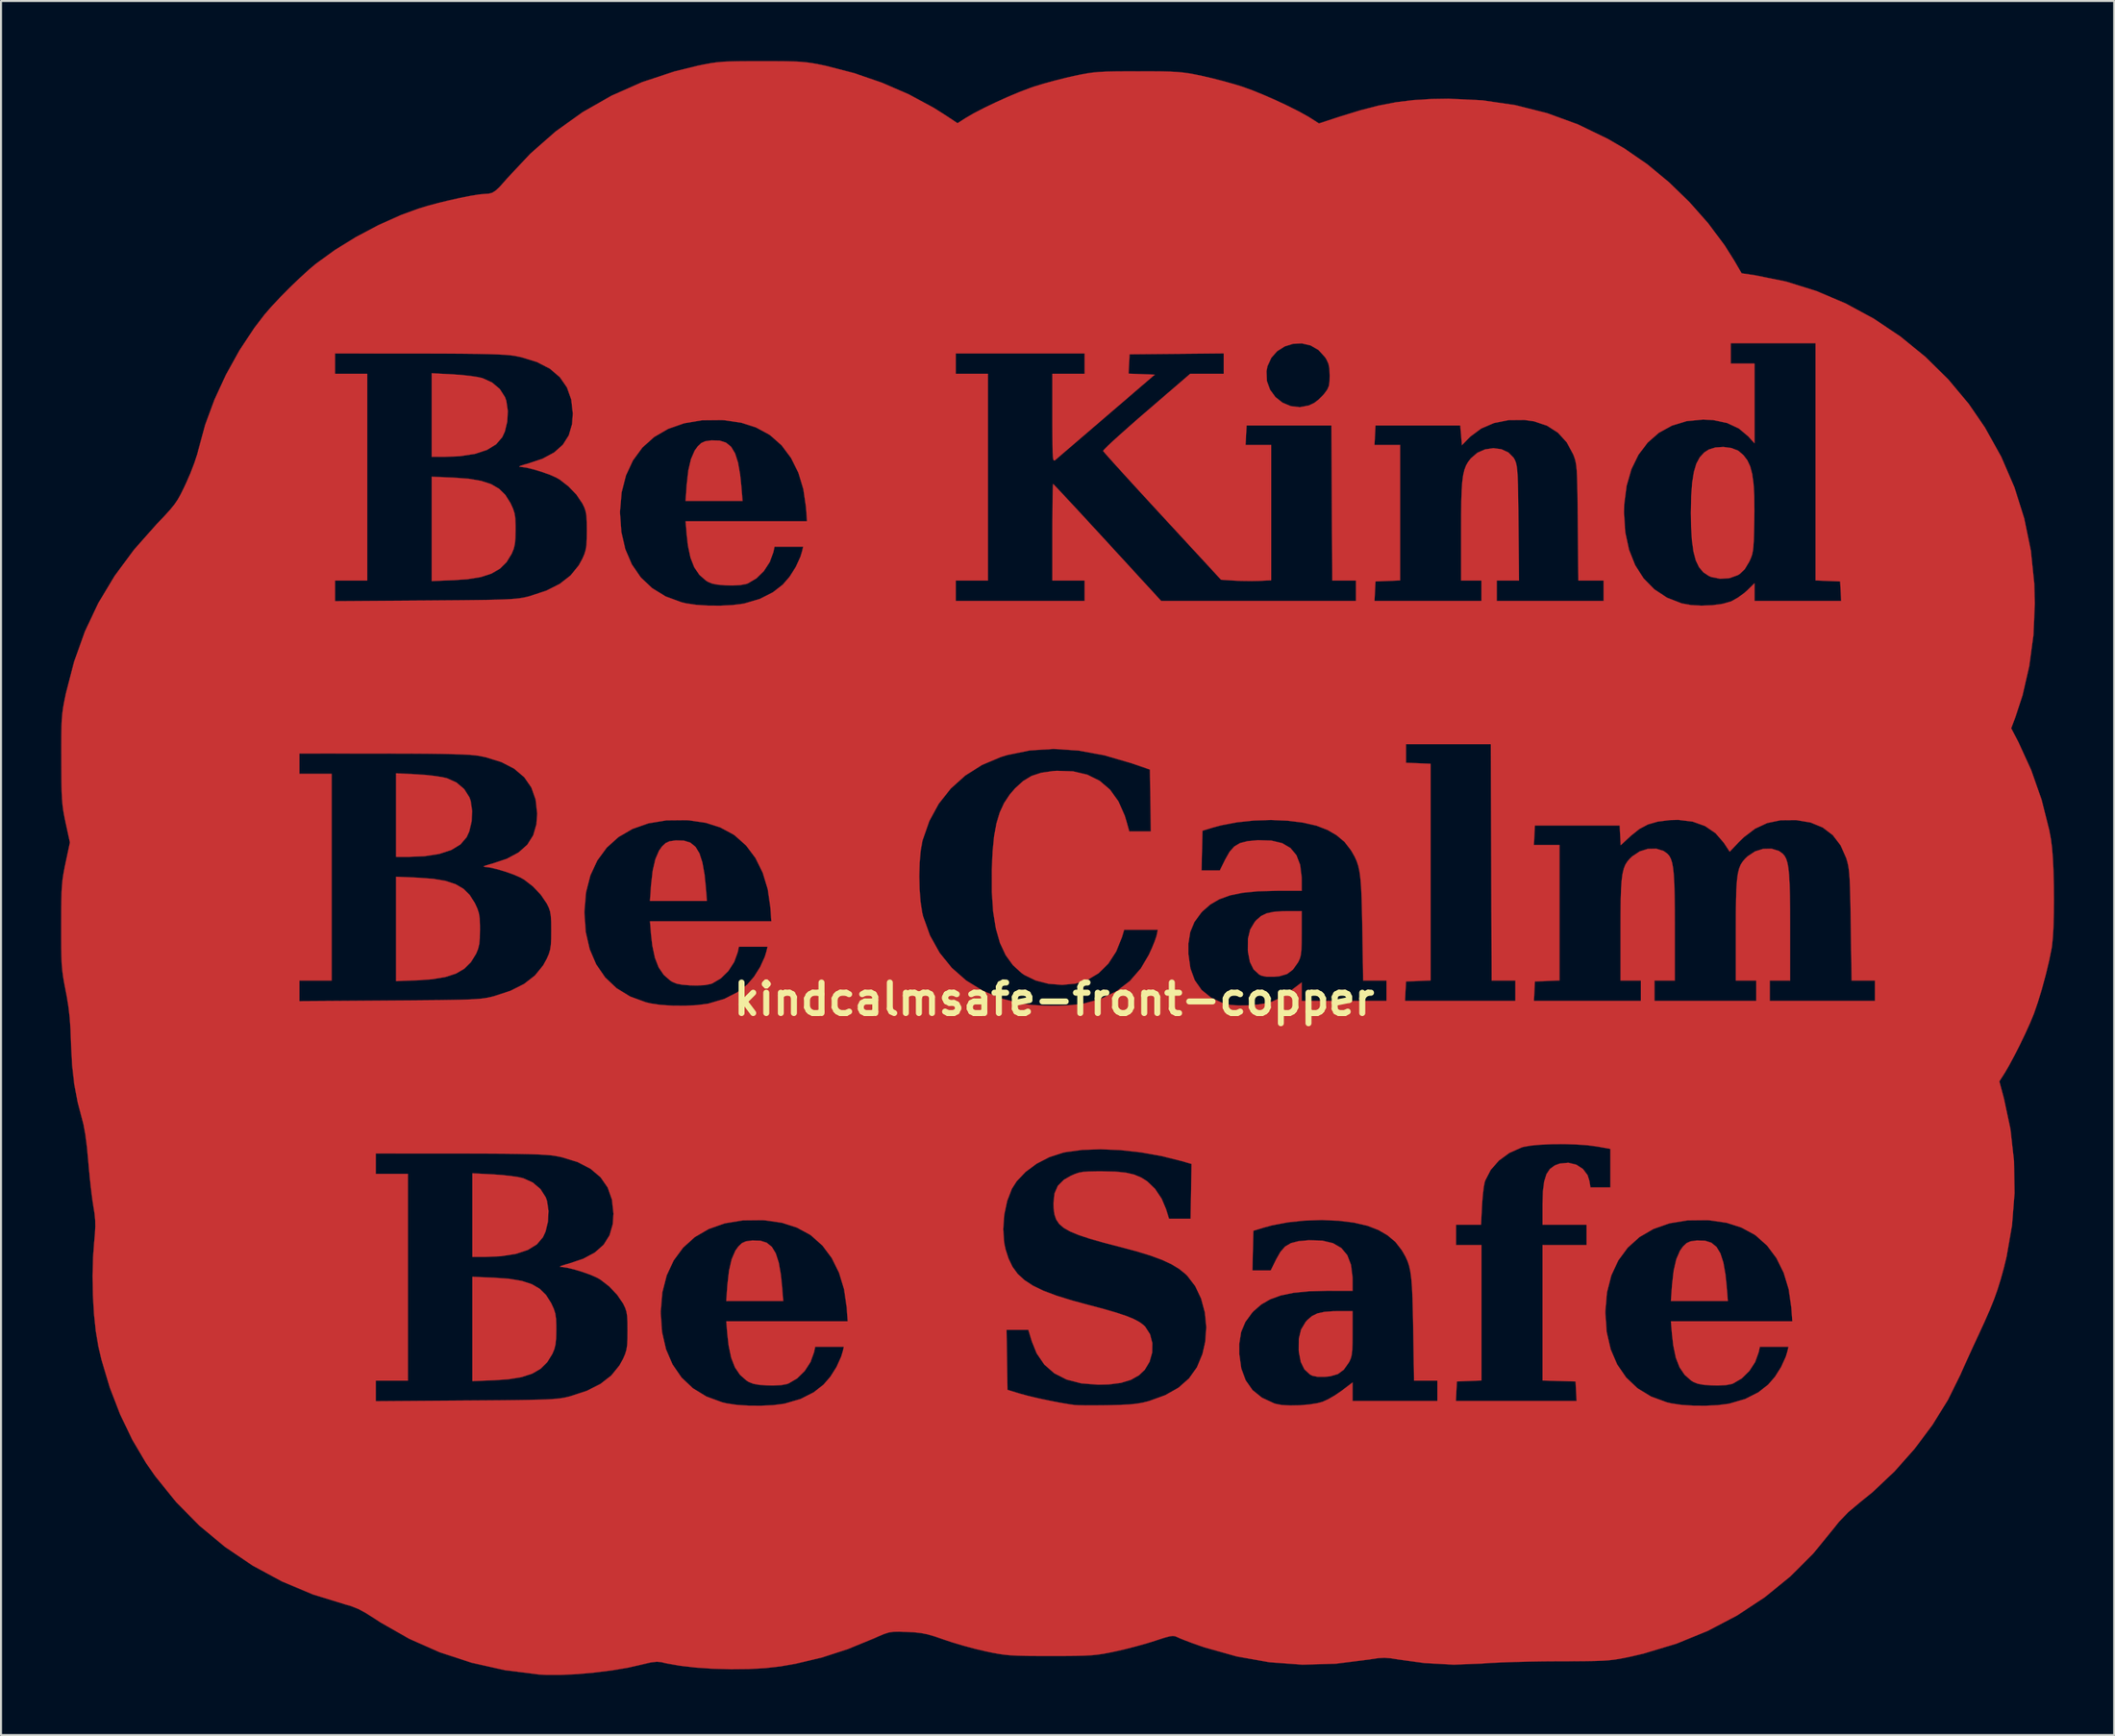
<source format=kicad_pcb>
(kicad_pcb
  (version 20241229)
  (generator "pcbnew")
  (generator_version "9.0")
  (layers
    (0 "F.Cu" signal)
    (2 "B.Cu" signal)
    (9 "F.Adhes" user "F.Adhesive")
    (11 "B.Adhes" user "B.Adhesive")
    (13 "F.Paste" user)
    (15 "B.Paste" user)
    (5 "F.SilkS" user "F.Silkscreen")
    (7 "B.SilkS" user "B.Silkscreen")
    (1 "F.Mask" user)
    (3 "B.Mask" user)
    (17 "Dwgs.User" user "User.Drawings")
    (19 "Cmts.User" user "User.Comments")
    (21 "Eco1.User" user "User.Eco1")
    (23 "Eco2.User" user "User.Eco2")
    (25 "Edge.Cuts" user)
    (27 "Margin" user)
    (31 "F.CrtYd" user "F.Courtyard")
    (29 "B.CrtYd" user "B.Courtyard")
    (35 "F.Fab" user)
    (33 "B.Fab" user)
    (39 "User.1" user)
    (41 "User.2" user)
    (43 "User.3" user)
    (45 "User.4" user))
  (footprint "kindcalmsafe-front-copper"
    (layer "F.Cu")
    (at 49.574 46.862)
    (property "Reference" "kindcalmsafe-front-copper" (at 0 0 0) (layer "F.SilkS") (effects (font (size 1.524 1.524) (thickness 0.3))))
    (attr through_hole)
    (fp_poly (pts (xy -18.477 -7.922) (xy -18.156 -7.82) (xy -17.901 -7.612) (xy -17.705 -7.286) (xy -17.558 -6.829) (xy -17.452 -6.228) (xy -17.393 -5.652) (xy -17.333 -4.911) (xy -20.176 -4.911) (xy -20.12 -5.702) (xy -20.039 -6.424) (xy -19.907 -6.994) (xy -19.721 -7.425) (xy -19.568 -7.637) (xy -19.392 -7.801) (xy -19.199 -7.889) (xy -18.916 -7.93) (xy -18.874 -7.933) (xy -18.477 -7.922)) (stroke (width 0.01) (type solid)) (fill yes) (layer "F.Cu"))
    (fp_poly (pts (xy -16.699 -27.904) (xy -16.378 -27.801) (xy -16.123 -27.593) (xy -15.927 -27.267) (xy -15.78 -26.81) (xy -15.674 -26.209) (xy -15.615 -25.633) (xy -15.555 -24.892) (xy -18.398 -24.892) (xy -18.342 -25.684) (xy -18.261 -26.405) (xy -18.129 -26.975) (xy -17.943 -27.406) (xy -17.79 -27.618) (xy -17.614 -27.782) (xy -17.421 -27.87) (xy -17.138 -27.911) (xy -17.096 -27.914) (xy -16.699 -27.904)) (stroke (width 0.01) (type solid)) (fill yes) (layer "F.Cu"))
    (fp_poly (pts (xy -14.667 12.059) (xy -14.346 12.161) (xy -14.091 12.369) (xy -13.895 12.695) (xy -13.748 13.152) (xy -13.642 13.754) (xy -13.583 14.33) (xy -13.523 15.071) (xy -16.366 15.071) (xy -16.31 14.279) (xy -16.229 13.558) (xy -16.097 12.987) (xy -15.911 12.557) (xy -15.758 12.345) (xy -15.582 12.18) (xy -15.389 12.093) (xy -15.106 12.052) (xy -15.064 12.048) (xy -14.667 12.059)) (stroke (width 0.01) (type solid)) (fill yes) (layer "F.Cu"))
    (fp_poly (pts (xy 32.492 12.059) (xy 32.813 12.161) (xy 33.068 12.369) (xy 33.264 12.695) (xy 33.411 13.152) (xy 33.517 13.754) (xy 33.576 14.33) (xy 33.636 15.071) (xy 30.794 15.071) (xy 30.849 14.279) (xy 30.93 13.558) (xy 31.062 12.987) (xy 31.248 12.557) (xy 31.401 12.345) (xy 31.577 12.18) (xy 31.771 12.093) (xy 32.054 12.052) (xy 32.096 12.048) (xy 32.492 12.059)) (stroke (width 0.01) (type solid)) (fill yes) (layer "F.Cu"))
    (fp_poly (pts (xy -31.814 -11.234) (xy -31.358 -11.201) (xy -30.915 -11.152) (xy -30.54 -11.094) (xy -30.313 -11.042) (xy -29.835 -10.825) (xy -29.451 -10.499) (xy -29.19 -10.091) (xy -29.124 -9.903) (xy -29.052 -9.406) (xy -29.079 -8.876) (xy -29.197 -8.38) (xy -29.327 -8.095) (xy -29.635 -7.736) (xy -30.09 -7.458) (xy -30.69 -7.261) (xy -31.431 -7.145) (xy -32.194 -7.113) (xy -32.851 -7.112) (xy -32.851 -11.287) (xy -31.814 -11.234)) (stroke (width 0.01) (type solid)) (fill yes) (layer "F.Cu"))
    (fp_poly (pts (xy -30.035 -31.215) (xy -29.58 -31.182) (xy -29.137 -31.133) (xy -28.762 -31.075) (xy -28.535 -31.024) (xy -28.057 -30.806) (xy -27.673 -30.48) (xy -27.412 -30.072) (xy -27.346 -29.884) (xy -27.274 -29.388) (xy -27.301 -28.857) (xy -27.419 -28.361) (xy -27.549 -28.077) (xy -27.857 -27.718) (xy -28.312 -27.439) (xy -28.912 -27.242) (xy -29.653 -27.127) (xy -30.416 -27.094) (xy -31.073 -27.093) (xy -31.073 -31.268) (xy -30.035 -31.215)) (stroke (width 0.01) (type solid)) (fill yes) (layer "F.Cu"))
    (fp_poly (pts (xy -28.003 8.748) (xy -27.548 8.781) (xy -27.105 8.83) (xy -26.73 8.887) (xy -26.503 8.939) (xy -26.025 9.156) (xy -25.641 9.483) (xy -25.38 9.89) (xy -25.314 10.078) (xy -25.242 10.575) (xy -25.269 11.106) (xy -25.387 11.601) (xy -25.517 11.886) (xy -25.825 12.245) (xy -26.28 12.524) (xy -26.88 12.721) (xy -27.621 12.836) (xy -28.384 12.869) (xy -29.041 12.869) (xy -29.041 8.695) (xy -28.003 8.748)) (stroke (width 0.01) (type solid)) (fill yes) (layer "F.Cu"))
    (fp_poly (pts (xy -31.771 -6.073) (xy -31.004 -6.017) (xy -30.381 -5.911) (xy -29.882 -5.747) (xy -29.487 -5.516) (xy -29.174 -5.208) (xy -28.925 -4.815) (xy -28.902 -4.769) (xy -28.785 -4.511) (xy -28.713 -4.284) (xy -28.676 -4.031) (xy -28.663 -3.695) (xy -28.662 -3.471) (xy -28.671 -3.05) (xy -28.701 -2.744) (xy -28.761 -2.501) (xy -28.858 -2.269) (xy -29.114 -1.853) (xy -29.443 -1.527) (xy -29.864 -1.281) (xy -30.394 -1.109) (xy -31.053 -1) (xy -31.729 -0.952) (xy -32.851 -0.907) (xy -32.851 -6.118) (xy -31.771 -6.073)) (stroke (width 0.01) (type solid)) (fill yes) (layer "F.Cu"))
    (fp_poly (pts (xy -29.993 -26.055) (xy -29.226 -25.998) (xy -28.603 -25.892) (xy -28.104 -25.729) (xy -27.709 -25.497) (xy -27.396 -25.19) (xy -27.147 -24.796) (xy -27.124 -24.75) (xy -27.007 -24.492) (xy -26.935 -24.266) (xy -26.898 -24.012) (xy -26.885 -23.676) (xy -26.884 -23.453) (xy -26.893 -23.031) (xy -26.923 -22.726) (xy -26.983 -22.483) (xy -27.08 -22.25) (xy -27.336 -21.834) (xy -27.665 -21.508) (xy -28.086 -21.263) (xy -28.616 -21.09) (xy -29.275 -20.982) (xy -29.951 -20.934) (xy -31.073 -20.889) (xy -31.073 -26.1) (xy -29.993 -26.055)) (stroke (width 0.01) (type solid)) (fill yes) (layer "F.Cu"))
    (fp_poly (pts (xy -27.961 13.908) (xy -27.194 13.965) (xy -26.571 14.07) (xy -26.072 14.234) (xy -25.677 14.465) (xy -25.364 14.773) (xy -25.115 15.167) (xy -25.092 15.213) (xy -24.975 15.47) (xy -24.903 15.697) (xy -24.866 15.95) (xy -24.853 16.286) (xy -24.852 16.51) (xy -24.861 16.931) (xy -24.891 17.237) (xy -24.951 17.48) (xy -25.048 17.713) (xy -25.304 18.129) (xy -25.633 18.455) (xy -26.054 18.7) (xy -26.584 18.873) (xy -27.243 18.981) (xy -27.919 19.029) (xy -29.041 19.074) (xy -29.041 13.863) (xy -27.961 13.908)) (stroke (width 0.01) (type solid)) (fill yes) (layer "F.Cu"))
    (fp_poly (pts (xy 12.36 -3.281) (xy 12.357 -2.811) (xy 12.345 -2.475) (xy 12.32 -2.236) (xy 12.277 -2.058) (xy 12.212 -1.906) (xy 12.169 -1.828) (xy 11.92 -1.478) (xy 11.628 -1.26) (xy 11.249 -1.149) (xy 10.985 -1.123) (xy 10.616 -1.123) (xy 10.361 -1.175) (xy 10.234 -1.238) (xy 9.956 -1.497) (xy 9.775 -1.865) (xy 9.68 -2.361) (xy 9.672 -2.456) (xy 9.677 -3.021) (xy 9.788 -3.478) (xy 10.015 -3.86) (xy 10.103 -3.959) (xy 10.333 -4.157) (xy 10.606 -4.289) (xy 10.957 -4.366) (xy 11.424 -4.399) (xy 11.663 -4.402) (xy 12.361 -4.403) (xy 12.36 -3.281)) (stroke (width 0.01) (type solid)) (fill yes) (layer "F.Cu"))
    (fp_poly (pts (xy 14.9 16.701) (xy 14.897 17.17) (xy 14.885 17.506) (xy 14.86 17.745) (xy 14.817 17.923) (xy 14.752 18.076) (xy 14.709 18.153) (xy 14.46 18.503) (xy 14.168 18.721) (xy 13.789 18.832) (xy 13.525 18.858) (xy 13.156 18.858) (xy 12.901 18.806) (xy 12.774 18.743) (xy 12.496 18.484) (xy 12.315 18.116) (xy 12.22 17.62) (xy 12.212 17.525) (xy 12.217 16.96) (xy 12.328 16.503) (xy 12.555 16.122) (xy 12.643 16.022) (xy 12.873 15.825) (xy 13.146 15.692) (xy 13.497 15.615) (xy 13.964 15.582) (xy 14.203 15.579) (xy 14.901 15.579) (xy 14.9 16.701)) (stroke (width 0.01) (type solid)) (fill yes) (layer "F.Cu"))
    (fp_poly (pts (xy 33.812 -27.534) (xy 34.134 -27.41) (xy 34.185 -27.376) (xy 34.421 -27.169) (xy 34.608 -26.922) (xy 34.751 -26.615) (xy 34.853 -26.23) (xy 34.919 -25.746) (xy 34.954 -25.144) (xy 34.961 -24.405) (xy 34.955 -23.918) (xy 34.944 -23.355) (xy 34.931 -22.931) (xy 34.912 -22.618) (xy 34.885 -22.386) (xy 34.846 -22.205) (xy 34.79 -22.047) (xy 34.715 -21.881) (xy 34.694 -21.84) (xy 34.482 -21.485) (xy 34.239 -21.25) (xy 34.132 -21.183) (xy 33.715 -21.034) (xy 33.25 -21.004) (xy 32.807 -21.092) (xy 32.683 -21.146) (xy 32.414 -21.326) (xy 32.2 -21.577) (xy 32.037 -21.916) (xy 31.919 -22.36) (xy 31.842 -22.925) (xy 31.802 -23.627) (xy 31.792 -24.299) (xy 31.807 -25.121) (xy 31.854 -25.793) (xy 31.938 -26.331) (xy 32.064 -26.753) (xy 32.237 -27.075) (xy 32.46 -27.314) (xy 32.683 -27.458) (xy 33.018 -27.562) (xy 33.417 -27.586) (xy 33.812 -27.534)) (stroke (width 0.01) (type solid)) (fill yes) (layer "F.Cu"))
    (fp_poly (pts (xy -13.935 -46.856) (xy -13.404 -46.852) (xy -12.98 -46.841) (xy -12.632 -46.822) (xy -12.331 -46.793) (xy -12.043 -46.752) (xy -11.74 -46.696) (xy -11.418 -46.629) (xy -9.99 -46.261) (xy -8.59 -45.78) (xy -7.257 -45.201) (xy -6.028 -44.539) (xy -5.553 -44.241) (xy -4.821 -43.758) (xy -4.421 -44.014) (xy -4.023 -44.247) (xy -3.508 -44.515) (xy -2.922 -44.797) (xy -2.308 -45.074) (xy -1.71 -45.324) (xy -1.173 -45.528) (xy -0.986 -45.592) (xy -0.512 -45.736) (xy 0.05 -45.89) (xy 0.62 -46.033) (xy 1.004 -46.121) (xy 1.35 -46.192) (xy 1.651 -46.247) (xy 1.938 -46.288) (xy 2.243 -46.316) (xy 2.595 -46.334) (xy 3.026 -46.344) (xy 3.567 -46.348) (xy 4.191 -46.349) (xy 4.861 -46.348) (xy 5.392 -46.344) (xy 5.816 -46.333) (xy 6.164 -46.314) (xy 6.465 -46.285) (xy 6.753 -46.244) (xy 7.056 -46.188) (xy 7.378 -46.121) (xy 7.902 -46) (xy 8.477 -45.852) (xy 9.024 -45.698) (xy 9.368 -45.592) (xy 9.874 -45.41) (xy 10.458 -45.173) (xy 11.076 -44.902) (xy 11.682 -44.617) (xy 12.233 -44.339) (xy 12.684 -44.088) (xy 12.813 -44.008) (xy 13.222 -43.746) (xy 14.294 -44.097) (xy 15.301 -44.406) (xy 16.211 -44.64) (xy 17.073 -44.806) (xy 17.939 -44.912) (xy 18.858 -44.968) (xy 19.685 -44.981) (xy 21.381 -44.901) (xy 23.023 -44.661) (xy 24.613 -44.26) (xy 26.155 -43.697) (xy 27.652 -42.971) (xy 28.482 -42.487) (xy 29.598 -41.718) (xy 30.685 -40.82) (xy 31.713 -39.823) (xy 32.653 -38.76) (xy 33.474 -37.659) (xy 33.949 -36.906) (xy 34.324 -36.261) (xy 35.006 -36.16) (xy 36.544 -35.848) (xy 38.052 -35.377) (xy 39.516 -34.756) (xy 40.92 -33.995) (xy 42.251 -33.103) (xy 43.494 -32.091) (xy 44.635 -30.967) (xy 45.66 -29.741) (xy 46.466 -28.566) (xy 47.285 -27.094) (xy 47.94 -25.578) (xy 48.432 -24.015) (xy 48.764 -22.403) (xy 48.934 -20.738) (xy 48.96 -19.77) (xy 48.891 -18.187) (xy 48.685 -16.651) (xy 48.348 -15.185) (xy 47.983 -14.07) (xy 47.782 -13.536) (xy 48.141 -12.843) (xy 48.78 -11.447) (xy 49.299 -9.966) (xy 49.68 -8.45) (xy 49.764 -8.003) (xy 49.818 -7.581) (xy 49.861 -7.034) (xy 49.891 -6.395) (xy 49.91 -5.701) (xy 49.916 -4.987) (xy 49.91 -4.288) (xy 49.892 -3.641) (xy 49.86 -3.081) (xy 49.815 -2.643) (xy 49.799 -2.54) (xy 49.673 -1.919) (xy 49.506 -1.224) (xy 49.314 -0.514) (xy 49.112 0.152) (xy 48.918 0.715) (xy 48.9 0.761) (xy 48.716 1.203) (xy 48.479 1.725) (xy 48.212 2.28) (xy 47.937 2.822) (xy 47.677 3.306) (xy 47.456 3.684) (xy 47.431 3.723) (xy 47.189 4.101) (xy 47.418 4.955) (xy 47.745 6.489) (xy 47.921 8.073) (xy 47.948 9.682) (xy 47.824 11.287) (xy 47.55 12.862) (xy 47.414 13.42) (xy 47.257 13.988) (xy 47.097 14.501) (xy 46.919 15.001) (xy 46.706 15.53) (xy 46.443 16.128) (xy 46.15 16.764) (xy 45.92 17.257) (xy 45.686 17.768) (xy 45.471 18.245) (xy 45.297 18.636) (xy 45.253 18.738) (xy 44.623 20.011) (xy 43.848 21.263) (xy 42.948 22.467) (xy 41.947 23.593) (xy 40.867 24.613) (xy 40.223 25.136) (xy 39.642 25.623) (xy 39.176 26.11) (xy 38.947 26.4) (xy 37.904 27.679) (xy 36.744 28.838) (xy 35.473 29.872) (xy 34.099 30.779) (xy 32.628 31.552) (xy 31.067 32.189) (xy 29.423 32.685) (xy 28.799 32.831) (xy 28.488 32.896) (xy 28.216 32.948) (xy 27.957 32.988) (xy 27.685 33.018) (xy 27.376 33.039) (xy 27.002 33.052) (xy 26.54 33.06) (xy 25.962 33.065) (xy 25.244 33.067) (xy 25.146 33.067) (xy 24.427 33.072) (xy 23.697 33.084) (xy 22.992 33.102) (xy 22.347 33.124) (xy 21.798 33.15) (xy 21.38 33.179) (xy 21.355 33.181) (xy 19.951 33.236) (xy 18.486 33.156) (xy 17.187 32.978) (xy 16.797 32.917) (xy 16.49 32.894) (xy 16.187 32.911) (xy 15.809 32.967) (xy 15.75 32.977) (xy 14.059 33.189) (xy 12.397 33.236) (xy 10.755 33.116) (xy 9.128 32.829) (xy 7.508 32.373) (xy 7.273 32.293) (xy 6.888 32.156) (xy 6.541 32.025) (xy 6.276 31.919) (xy 6.161 31.867) (xy 6.046 31.818) (xy 5.921 31.802) (xy 5.753 31.826) (xy 5.503 31.893) (xy 5.138 32.011) (xy 5.039 32.044) (xy 4.581 32.186) (xy 4.032 32.338) (xy 3.47 32.481) (xy 3.07 32.572) (xy 2.725 32.644) (xy 2.425 32.699) (xy 2.141 32.74) (xy 1.841 32.768) (xy 1.495 32.787) (xy 1.074 32.797) (xy 0.545 32.802) (xy -0.12 32.803) (xy -0.169 32.803) (xy -0.844 32.802) (xy -1.38 32.798) (xy -1.808 32.788) (xy -2.157 32.77) (xy -2.459 32.742) (xy -2.744 32.702) (xy -3.043 32.648) (xy -3.385 32.577) (xy -3.418 32.57) (xy -3.954 32.443) (xy -4.55 32.282) (xy -5.124 32.11) (xy -5.492 31.987) (xy -5.953 31.828) (xy -6.317 31.723) (xy -6.642 31.658) (xy -6.988 31.621) (xy -7.343 31.603) (xy -7.738 31.59) (xy -8.021 31.595) (xy -8.252 31.63) (xy -8.488 31.705) (xy -8.788 31.831) (xy -8.983 31.919) (xy -10.314 32.465) (xy -11.611 32.885) (xy -12.931 33.196) (xy -13.674 33.324) (xy -14.415 33.408) (xy -15.249 33.455) (xy -16.134 33.464) (xy -17.031 33.439) (xy -17.898 33.38) (xy -18.696 33.288) (xy -19.383 33.166) (xy -19.61 33.11) (xy -19.832 33.089) (xy -20.146 33.127) (xy -20.583 33.23) (xy -20.587 33.231) (xy -21.278 33.388) (xy -22.075 33.522) (xy -22.929 33.63) (xy -23.792 33.707) (xy -24.616 33.748) (xy -25.352 33.748) (xy -25.696 33.729) (xy -27.418 33.512) (xy -29.079 33.14) (xy -30.674 32.617) (xy -32.195 31.943) (xy -33.638 31.121) (xy -33.92 30.936) (xy -34.369 30.651) (xy -34.745 30.451) (xy -35.102 30.309) (xy -35.388 30.227) (xy -37.002 29.729) (xy -38.545 29.081) (xy -40.009 28.289) (xy -41.384 27.359) (xy -42.66 26.3) (xy -43.829 25.116) (xy -44.88 23.814) (xy -45.339 23.152) (xy -46.019 22.001) (xy -46.627 20.732) (xy -47.145 19.389) (xy -47.555 18.016) (xy -47.715 17.328) (xy -47.84 16.578) (xy -47.931 15.71) (xy -47.985 14.775) (xy -48.001 13.819) (xy -47.977 12.893) (xy -47.926 12.2) (xy -47.883 11.714) (xy -47.864 11.34) (xy -47.871 11.021) (xy -47.903 10.701) (xy -47.963 10.329) (xy -48.019 9.958) (xy -48.08 9.469) (xy -48.141 8.916) (xy -48.159 8.721) (xy -33.867 8.721) (xy -32.258 8.721) (xy -32.258 19.05) (xy -33.867 19.05) (xy -33.867 20.077) (xy -29.358 20.044) (xy -28.364 20.037) (xy -27.524 20.03) (xy -26.823 20.022) (xy -26.243 20.013) (xy -25.771 20.003) (xy -25.39 19.99) (xy -25.084 19.974) (xy -24.839 19.955) (xy -24.638 19.931) (xy -24.467 19.903) (xy -24.308 19.868) (xy -24.151 19.829) (xy -23.326 19.558) (xy -22.648 19.215) (xy -22.108 18.795) (xy -21.697 18.289) (xy -21.518 17.962) (xy -21.416 17.727) (xy -21.351 17.512) (xy -21.313 17.269) (xy -21.297 16.948) (xy -21.294 16.552) (xy -21.297 16.127) (xy -21.314 15.826) (xy -21.34 15.663) (xy -19.64 15.663) (xy -19.573 16.621) (xy -19.375 17.482) (xy -19.05 18.24) (xy -18.603 18.891) (xy -18.038 19.427) (xy -17.36 19.842) (xy -16.572 20.132) (xy -16.341 20.187) (xy -15.847 20.261) (xy -15.252 20.301) (xy -14.62 20.305) (xy -14.015 20.274) (xy -13.501 20.208) (xy -13.434 20.194) (xy -12.658 19.967) (xy -12.002 19.634) (xy -11.515 19.254) (xy -11.172 18.858) (xy -10.863 18.369) (xy -10.631 17.858) (xy -10.55 17.59) (xy -10.495 17.357) (xy -11.925 17.357) (xy -11.984 17.632) (xy -12.161 18.121) (xy -12.454 18.57) (xy -12.83 18.94) (xy -13.253 19.189) (xy -13.335 19.219) (xy -13.628 19.275) (xy -14.038 19.295) (xy -14.355 19.287) (xy -14.751 19.256) (xy -15.029 19.203) (xy -15.24 19.118) (xy -15.347 19.052) (xy -15.678 18.762) (xy -15.932 18.388) (xy -16.119 17.909) (xy -16.247 17.303) (xy -16.31 16.748) (xy -16.365 16.087) (xy -10.304 16.087) (xy -10.354 15.388) (xy -10.485 14.486) (xy -10.736 13.659) (xy -11.1 12.925) (xy -11.567 12.3) (xy -12.128 11.802) (xy -12.208 11.747) (xy -12.696 11.484) (xy -2.541 11.484) (xy -2.492 12.169) (xy -2.425 12.488) (xy -2.273 12.957) (xy -2.077 13.362) (xy -1.82 13.715) (xy -1.486 14.025) (xy -1.061 14.304) (xy -0.529 14.561) (xy 0.126 14.807) (xy 0.92 15.053) (xy 1.756 15.279) (xy 2.511 15.48) (xy 3.118 15.657) (xy 3.596 15.816) (xy 3.966 15.966) (xy 4.245 16.113) (xy 4.453 16.264) (xy 4.545 16.353) (xy 4.789 16.733) (xy 4.904 17.177) (xy 4.895 17.647) (xy 4.766 18.105) (xy 4.523 18.512) (xy 4.238 18.783) (xy 3.828 19.013) (xy 3.332 19.163) (xy 2.724 19.24) (xy 2.201 19.253) (xy 1.354 19.185) (xy 0.623 18.995) (xy 0.009 18.682) (xy -0.488 18.247) (xy -0.869 17.688) (xy -1.108 17.097) (xy -1.286 16.51) (xy -2.375 16.51) (xy -2.351 18.009) (xy -2.328 19.509) (xy -1.693 19.703) (xy -1.296 19.811) (xy -0.79 19.931) (xy -0.231 20.05) (xy 0.322 20.157) (xy 0.811 20.239) (xy 1.016 20.267) (xy 1.201 20.278) (xy 1.518 20.284) (xy 1.933 20.286) (xy 2.407 20.282) (xy 2.709 20.278) (xy 3.292 20.263) (xy 3.745 20.24) (xy 4.105 20.204) (xy 4.412 20.152) (xy 4.704 20.079) (xy 4.741 20.069) (xy 5.548 19.776) (xy 6.21 19.403) (xy 6.735 18.942) (xy 7.131 18.384) (xy 7.407 17.72) (xy 7.525 17.204) (xy 9.245 17.204) (xy 9.246 17.724) (xy 9.345 18.439) (xy 9.563 19.034) (xy 9.903 19.519) (xy 10.373 19.899) (xy 10.977 20.182) (xy 11.049 20.207) (xy 11.359 20.267) (xy 11.78 20.291) (xy 12.257 20.282) (xy 12.735 20.242) (xy 13.159 20.174) (xy 13.409 20.105) (xy 13.686 19.978) (xy 14.022 19.783) (xy 14.347 19.561) (xy 14.362 19.55) (xy 14.901 19.141) (xy 14.901 20.066) (xy 19.135 20.066) (xy 20.058 20.066) (xy 26.086 20.066) (xy 26.06 19.579) (xy 26.035 19.092) (xy 25.209 19.068) (xy 24.384 19.044) (xy 24.384 15.663) (xy 27.52 15.663) (xy 27.587 16.621) (xy 27.785 17.482) (xy 28.109 18.24) (xy 28.556 18.891) (xy 29.121 19.427) (xy 29.799 19.842) (xy 30.587 20.132) (xy 30.819 20.187) (xy 31.312 20.261) (xy 31.908 20.301) (xy 32.54 20.305) (xy 33.145 20.274) (xy 33.658 20.208) (xy 33.726 20.194) (xy 34.501 19.967) (xy 35.158 19.634) (xy 35.644 19.254) (xy 35.988 18.858) (xy 36.296 18.369) (xy 36.529 17.858) (xy 36.609 17.59) (xy 36.664 17.357) (xy 35.235 17.357) (xy 35.175 17.632) (xy 34.999 18.121) (xy 34.705 18.57) (xy 34.329 18.94) (xy 33.906 19.189) (xy 33.825 19.219) (xy 33.531 19.275) (xy 33.121 19.295) (xy 32.804 19.287) (xy 32.409 19.256) (xy 32.13 19.203) (xy 31.919 19.118) (xy 31.813 19.052) (xy 31.482 18.762) (xy 31.227 18.388) (xy 31.04 17.909) (xy 30.913 17.303) (xy 30.849 16.748) (xy 30.794 16.087) (xy 36.855 16.087) (xy 36.805 15.388) (xy 36.674 14.486) (xy 36.423 13.659) (xy 36.059 12.925) (xy 35.592 12.3) (xy 35.031 11.802) (xy 34.951 11.747) (xy 34.302 11.398) (xy 33.577 11.166) (xy 32.748 11.044) (xy 32.608 11.034) (xy 31.621 11.044) (xy 30.723 11.192) (xy 29.922 11.473) (xy 29.225 11.879) (xy 28.637 12.406) (xy 28.166 13.046) (xy 27.818 13.795) (xy 27.601 14.646) (xy 27.52 15.592) (xy 27.52 15.663) (xy 24.384 15.663) (xy 24.384 12.277) (xy 26.585 12.277) (xy 26.585 11.261) (xy 24.384 11.261) (xy 24.384 10.242) (xy 24.403 9.601) (xy 24.466 9.106) (xy 24.58 8.737) (xy 24.755 8.475) (xy 24.999 8.299) (xy 25.244 8.209) (xy 25.672 8.168) (xy 26.069 8.263) (xy 26.4 8.476) (xy 26.634 8.787) (xy 26.724 9.073) (xy 26.776 9.398) (xy 27.771 9.398) (xy 27.771 7.475) (xy 27.114 7.357) (xy 26.647 7.294) (xy 26.095 7.254) (xy 25.498 7.235) (xy 24.896 7.238) (xy 24.329 7.261) (xy 23.835 7.305) (xy 23.454 7.369) (xy 23.344 7.4) (xy 22.731 7.674) (xy 22.208 8.055) (xy 21.799 8.521) (xy 21.527 9.048) (xy 21.498 9.134) (xy 21.455 9.348) (xy 21.413 9.679) (xy 21.377 10.076) (xy 21.36 10.351) (xy 21.314 11.261) (xy 20.066 11.261) (xy 20.066 12.277) (xy 21.336 12.277) (xy 21.336 19.043) (xy 20.722 19.067) (xy 20.108 19.092) (xy 20.083 19.579) (xy 20.058 20.066) (xy 19.135 20.066) (xy 19.135 19.05) (xy 17.97 19.05) (xy 17.928 16.447) (xy 17.912 15.627) (xy 17.894 14.956) (xy 17.87 14.412) (xy 17.836 13.974) (xy 17.79 13.621) (xy 17.729 13.332) (xy 17.648 13.085) (xy 17.546 12.86) (xy 17.419 12.636) (xy 17.345 12.516) (xy 17.035 12.116) (xy 16.643 11.788) (xy 16.195 11.527) (xy 15.642 11.312) (xy 14.963 11.156) (xy 14.193 11.061) (xy 13.366 11.026) (xy 12.514 11.053) (xy 11.673 11.142) (xy 10.875 11.294) (xy 10.456 11.408) (xy 9.948 11.564) (xy 9.924 12.555) (xy 9.901 13.547) (xy 10.814 13.547) (xy 11.082 13.002) (xy 11.299 12.619) (xy 11.533 12.353) (xy 11.82 12.183) (xy 12.199 12.085) (xy 12.707 12.038) (xy 12.719 12.037) (xy 13.386 12.056) (xy 13.924 12.184) (xy 14.34 12.426) (xy 14.638 12.787) (xy 14.822 13.271) (xy 14.898 13.882) (xy 14.901 14.034) (xy 14.901 14.563) (xy 13.61 14.564) (xy 12.709 14.588) (xy 11.952 14.663) (xy 11.318 14.794) (xy 10.787 14.987) (xy 10.34 15.247) (xy 9.955 15.582) (xy 9.881 15.662) (xy 9.546 16.12) (xy 9.338 16.622) (xy 9.245 17.204) (xy 7.525 17.204) (xy 7.544 17.121) (xy 7.599 16.38) (xy 7.527 15.645) (xy 7.34 14.951) (xy 7.045 14.329) (xy 6.652 13.814) (xy 6.556 13.72) (xy 6.24 13.466) (xy 5.86 13.236) (xy 5.395 13.019) (xy 4.824 12.808) (xy 4.126 12.593) (xy 3.302 12.373) (xy 2.465 12.155) (xy 1.779 11.96) (xy 1.23 11.778) (xy 0.803 11.601) (xy 0.482 11.419) (xy 0.254 11.221) (xy 0.104 10.998) (xy 0.016 10.74) (xy -0.023 10.439) (xy -0.031 10.196) (xy 0.02 9.702) (xy 0.188 9.318) (xy 0.489 9.017) (xy 0.839 8.816) (xy 1.05 8.723) (xy 1.242 8.66) (xy 1.458 8.622) (xy 1.737 8.602) (xy 2.12 8.594) (xy 2.413 8.594) (xy 3.062 8.609) (xy 3.579 8.662) (xy 3.997 8.758) (xy 4.351 8.906) (xy 4.651 9.097) (xy 5.042 9.475) (xy 5.371 9.965) (xy 5.589 10.482) (xy 5.738 10.964) (xy 6.816 10.964) (xy 6.862 8.226) (xy 6.373 8.084) (xy 5.37 7.832) (xy 4.337 7.648) (xy 3.308 7.533) (xy 2.319 7.491) (xy 1.403 7.523) (xy 0.594 7.632) (xy 0.444 7.665) (xy -0.235 7.885) (xy -0.869 8.212) (xy -1.424 8.622) (xy -1.869 9.092) (xy -2.109 9.468) (xy -2.343 10.073) (xy -2.489 10.765) (xy -2.541 11.484) (xy -12.696 11.484) (xy -12.857 11.398) (xy -13.582 11.166) (xy -14.411 11.044) (xy -14.551 11.034) (xy -15.539 11.044) (xy -16.436 11.192) (xy -17.237 11.473) (xy -17.935 11.879) (xy -18.522 12.406) (xy -18.993 13.046) (xy -19.341 13.795) (xy -19.559 14.646) (xy -19.639 15.592) (xy -19.64 15.663) (xy -21.34 15.663) (xy -21.35 15.602) (xy -21.414 15.411) (xy -21.513 15.205) (xy -21.519 15.194) (xy -21.814 14.76) (xy -22.211 14.343) (xy -22.649 14.005) (xy -22.83 13.901) (xy -23.148 13.761) (xy -23.538 13.622) (xy -23.942 13.499) (xy -24.306 13.411) (xy -24.573 13.373) (xy -24.583 13.373) (xy -24.673 13.358) (xy -24.61 13.317) (xy -24.389 13.248) (xy -24.244 13.209) (xy -23.51 12.964) (xy -22.927 12.651) (xy -22.49 12.263) (xy -22.194 11.793) (xy -22.032 11.236) (xy -21.995 10.709) (xy -22.072 10.01) (xy -22.287 9.403) (xy -22.643 8.89) (xy -23.14 8.468) (xy -23.78 8.136) (xy -24.562 7.894) (xy -24.892 7.826) (xy -25.097 7.797) (xy -25.378 7.773) (xy -25.745 7.753) (xy -26.214 7.737) (xy -26.795 7.725) (xy -27.503 7.716) (xy -28.351 7.711) (xy -29.351 7.708) (xy -29.697 7.708) (xy -33.867 7.705) (xy -33.867 8.721) (xy -48.159 8.721) (xy -48.194 8.351) (xy -48.216 8.086) (xy -48.284 7.361) (xy -48.365 6.745) (xy -48.454 6.261) (xy -48.507 6.054) (xy -48.745 5.152) (xy -48.914 4.251) (xy -49.022 3.297) (xy -49.077 2.235) (xy -49.078 2.201) (xy -49.103 1.509) (xy -49.142 0.927) (xy -49.202 0.399) (xy -49.288 -0.133) (xy -49.344 -0.423) (xy -49.416 -0.794) (xy -49.471 -1.116) (xy -49.511 -1.421) (xy -49.539 -1.74) (xy -49.556 -2.106) (xy -49.566 -2.551) (xy -49.569 -3.106) (xy -49.569 -3.683) (xy -49.567 -4.358) (xy -49.561 -4.894) (xy -49.549 -5.322) (xy -49.529 -5.672) (xy -49.5 -5.976) (xy -49.457 -6.265) (xy -49.401 -6.568) (xy -49.349 -6.816) (xy -49.132 -7.832) (xy -49.344 -8.805) (xy -49.41 -9.119) (xy -49.461 -9.401) (xy -49.498 -9.681) (xy -49.525 -9.987) (xy -49.543 -10.349) (xy -49.554 -10.796) (xy -49.558 -11.261) (xy -37.677 -11.261) (xy -36.068 -11.261) (xy -36.068 -0.931) (xy -37.677 -0.931) (xy -37.677 0.095) (xy -33.168 0.063) (xy -32.174 0.056) (xy -31.334 0.048) (xy -30.633 0.041) (xy -30.053 0.032) (xy -29.581 0.022) (xy -29.2 0.009) (xy -28.894 -0.007) (xy -28.649 -0.026) (xy -28.448 -0.05) (xy -28.277 -0.079) (xy -28.118 -0.113) (xy -27.961 -0.153) (xy -27.136 -0.423) (xy -26.458 -0.766) (xy -25.918 -1.187) (xy -25.507 -1.692) (xy -25.328 -2.019) (xy -25.226 -2.254) (xy -25.161 -2.469) (xy -25.123 -2.713) (xy -25.107 -3.033) (xy -25.104 -3.429) (xy -25.107 -3.854) (xy -25.124 -4.156) (xy -25.15 -4.318) (xy -23.45 -4.318) (xy -23.383 -3.361) (xy -23.185 -2.5) (xy -22.86 -1.741) (xy -22.413 -1.091) (xy -21.848 -0.555) (xy -21.17 -0.139) (xy -20.382 0.15) (xy -20.151 0.206) (xy -19.657 0.28) (xy -19.062 0.319) (xy -18.43 0.324) (xy -17.825 0.293) (xy -17.311 0.227) (xy -17.244 0.213) (xy -16.468 -0.015) (xy -15.812 -0.348) (xy -15.325 -0.727) (xy -14.982 -1.123) (xy -14.673 -1.613) (xy -14.441 -2.124) (xy -14.36 -2.392) (xy -14.305 -2.625) (xy -15.735 -2.625) (xy -15.794 -2.349) (xy -15.971 -1.861) (xy -16.264 -1.411) (xy -16.64 -1.041) (xy -17.063 -0.792) (xy -17.145 -0.762) (xy -17.438 -0.706) (xy -17.848 -0.686) (xy -18.165 -0.694) (xy -18.561 -0.725) (xy -18.839 -0.778) (xy -19.05 -0.864) (xy -19.157 -0.929) (xy -19.488 -1.219) (xy -19.742 -1.593) (xy -19.929 -2.073) (xy -20.057 -2.678) (xy -20.12 -3.233) (xy -20.175 -3.895) (xy -14.114 -3.895) (xy -14.164 -4.593) (xy -14.295 -5.495) (xy -14.499 -6.167) (xy -6.731 -6.167) (xy -6.715 -5.494) (xy -6.666 -4.862) (xy -6.583 -4.323) (xy -6.539 -4.137) (xy -6.194 -3.178) (xy -5.716 -2.321) (xy -5.113 -1.572) (xy -4.389 -0.936) (xy -3.553 -0.421) (xy -2.61 -0.031) (xy -1.651 0.213) (xy -1.106 0.284) (xy -0.463 0.321) (xy 0.216 0.324) (xy 0.866 0.292) (xy 1.423 0.226) (xy 1.495 0.213) (xy 2.358 -0.029) (xy 3.124 -0.406) (xy 3.784 -0.912) (xy 4.334 -1.544) (xy 4.731 -2.222) (xy 4.889 -2.569) (xy 4.974 -2.778) (xy 6.705 -2.778) (xy 6.706 -2.257) (xy 6.805 -1.543) (xy 7.023 -0.947) (xy 7.363 -0.463) (xy 7.833 -0.083) (xy 8.437 0.201) (xy 8.509 0.226) (xy 8.819 0.286) (xy 9.24 0.31) (xy 9.717 0.301) (xy 10.195 0.261) (xy 10.619 0.192) (xy 10.869 0.124) (xy 11.146 -0.003) (xy 11.482 -0.198) (xy 11.807 -0.42) (xy 11.822 -0.432) (xy 12.361 -0.84) (xy 12.361 0.085) (xy 16.595 0.085) (xy 17.518 0.085) (xy 23.029 0.085) (xy 23.029 -0.931) (xy 21.845 -0.931) (xy 21.82 -7.705) (xy 23.952 -7.705) (xy 25.231 -7.705) (xy 25.231 -0.939) (xy 24.617 -0.914) (xy 24.003 -0.889) (xy 23.978 -0.402) (xy 23.952 0.085) (xy 29.295 0.085) (xy 29.295 -0.931) (xy 28.279 -0.931) (xy 28.279 -3.456) (xy 28.281 -4.279) (xy 28.288 -4.951) (xy 28.305 -5.492) (xy 28.333 -5.92) (xy 28.376 -6.255) (xy 28.437 -6.515) (xy 28.518 -6.719) (xy 28.624 -6.886) (xy 28.756 -7.036) (xy 28.867 -7.14) (xy 29.236 -7.385) (xy 29.646 -7.513) (xy 30.057 -7.522) (xy 30.425 -7.409) (xy 30.614 -7.274) (xy 30.711 -7.163) (xy 30.79 -7.017) (xy 30.852 -6.82) (xy 30.901 -6.554) (xy 30.937 -6.204) (xy 30.962 -5.751) (xy 30.977 -5.181) (xy 30.986 -4.474) (xy 30.988 -3.616) (xy 30.988 -3.594) (xy 30.988 -0.931) (xy 29.972 -0.931) (xy 29.972 0.085) (xy 35.052 0.085) (xy 35.052 -0.931) (xy 34.036 -0.931) (xy 34.036 -3.456) (xy 34.038 -4.279) (xy 34.045 -4.951) (xy 34.062 -5.492) (xy 34.09 -5.92) (xy 34.133 -6.255) (xy 34.194 -6.515) (xy 34.276 -6.719) (xy 34.381 -6.886) (xy 34.514 -7.036) (xy 34.624 -7.14) (xy 34.993 -7.385) (xy 35.404 -7.513) (xy 35.814 -7.522) (xy 36.182 -7.409) (xy 36.372 -7.274) (xy 36.468 -7.163) (xy 36.547 -7.017) (xy 36.61 -6.82) (xy 36.658 -6.554) (xy 36.694 -6.204) (xy 36.719 -5.751) (xy 36.735 -5.181) (xy 36.743 -4.474) (xy 36.745 -3.616) (xy 36.745 -3.594) (xy 36.745 -0.931) (xy 35.729 -0.931) (xy 35.729 0.085) (xy 40.979 0.085) (xy 40.979 -0.931) (xy 39.814 -0.931) (xy 39.772 -3.704) (xy 39.76 -4.475) (xy 39.748 -5.097) (xy 39.734 -5.591) (xy 39.718 -5.979) (xy 39.697 -6.282) (xy 39.671 -6.519) (xy 39.638 -6.713) (xy 39.596 -6.884) (xy 39.548 -7.045) (xy 39.267 -7.685) (xy 38.876 -8.196) (xy 38.377 -8.577) (xy 37.769 -8.828) (xy 37.053 -8.949) (xy 37.036 -8.95) (xy 36.274 -8.943) (xy 35.603 -8.803) (xy 34.994 -8.52) (xy 34.422 -8.084) (xy 34.158 -7.823) (xy 33.729 -7.37) (xy 33.438 -7.811) (xy 33.02 -8.296) (xy 32.498 -8.652) (xy 31.877 -8.874) (xy 31.164 -8.96) (xy 30.734 -8.949) (xy 30.133 -8.873) (xy 29.644 -8.731) (xy 29.215 -8.502) (xy 28.795 -8.165) (xy 28.785 -8.155) (xy 28.287 -7.695) (xy 28.236 -8.678) (xy 24.003 -8.678) (xy 23.952 -7.705) (xy 21.82 -7.705) (xy 21.802 -12.742) (xy 17.568 -12.742) (xy 17.568 -11.811) (xy 18.182 -11.786) (xy 18.796 -11.761) (xy 18.796 -0.939) (xy 18.182 -0.914) (xy 17.568 -0.889) (xy 17.543 -0.402) (xy 17.518 0.085) (xy 16.595 0.085) (xy 16.595 -0.931) (xy 15.43 -0.931) (xy 15.388 -3.535) (xy 15.372 -4.354) (xy 15.354 -5.025) (xy 15.33 -5.569) (xy 15.296 -6.007) (xy 15.25 -6.36) (xy 15.189 -6.65) (xy 15.108 -6.896) (xy 15.006 -7.121) (xy 14.879 -7.346) (xy 14.805 -7.465) (xy 14.495 -7.865) (xy 14.103 -8.193) (xy 13.655 -8.455) (xy 13.102 -8.67) (xy 12.423 -8.825) (xy 11.653 -8.92) (xy 10.826 -8.955) (xy 9.974 -8.928) (xy 9.133 -8.839) (xy 8.335 -8.687) (xy 7.916 -8.573) (xy 7.408 -8.418) (xy 7.384 -7.426) (xy 7.361 -6.435) (xy 8.274 -6.435) (xy 8.542 -6.98) (xy 8.759 -7.362) (xy 8.993 -7.628) (xy 9.28 -7.799) (xy 9.659 -7.896) (xy 10.167 -7.943) (xy 10.179 -7.944) (xy 10.846 -7.925) (xy 11.384 -7.797) (xy 11.8 -7.555) (xy 12.098 -7.194) (xy 12.282 -6.711) (xy 12.358 -6.099) (xy 12.361 -5.948) (xy 12.361 -5.419) (xy 11.07 -5.417) (xy 10.169 -5.393) (xy 9.412 -5.318) (xy 8.778 -5.188) (xy 8.247 -4.995) (xy 7.8 -4.734) (xy 7.415 -4.399) (xy 7.341 -4.319) (xy 7.006 -3.862) (xy 6.798 -3.359) (xy 6.705 -2.778) (xy 4.974 -2.778) (xy 5.021 -2.891) (xy 5.106 -3.136) (xy 5.122 -3.196) (xy 5.178 -3.471) (xy 3.498 -3.471) (xy 3.391 -3.111) (xy 3.102 -2.388) (xy 2.709 -1.781) (xy 2.22 -1.3) (xy 1.673 -0.971) (xy 1.07 -0.783) (xy 0.407 -0.718) (xy -0.27 -0.771) (xy -0.915 -0.937) (xy -1.483 -1.212) (xy -1.616 -1.303) (xy -2.057 -1.705) (xy -2.417 -2.203) (xy -2.7 -2.808) (xy -2.907 -3.53) (xy -3.042 -4.38) (xy -3.108 -5.366) (xy -3.109 -6.477) (xy -3.068 -7.381) (xy -2.994 -8.142) (xy -2.878 -8.783) (xy -2.715 -9.326) (xy -2.498 -9.796) (xy -2.22 -10.216) (xy -1.948 -10.533) (xy -1.548 -10.898) (xy -1.128 -11.153) (xy -0.645 -11.313) (xy -0.057 -11.398) (xy 0.139 -11.411) (xy 0.945 -11.385) (xy 1.657 -11.218) (xy 2.273 -10.912) (xy 2.792 -10.469) (xy 3.21 -9.888) (xy 3.525 -9.174) (xy 3.606 -8.911) (xy 3.753 -8.382) (xy 4.83 -8.382) (xy 4.807 -9.927) (xy 4.784 -11.472) (xy 3.855 -11.792) (xy 2.51 -12.185) (xy 1.215 -12.423) (xy -0.027 -12.504) (xy -1.212 -12.429) (xy -2.338 -12.198) (xy -2.667 -12.097) (xy -3.603 -11.701) (xy -4.436 -11.174) (xy -5.158 -10.526) (xy -5.759 -9.766) (xy -6.23 -8.903) (xy -6.563 -7.948) (xy -6.572 -7.916) (xy -6.659 -7.43) (xy -6.712 -6.83) (xy -6.731 -6.167) (xy -14.499 -6.167) (xy -14.546 -6.322) (xy -14.91 -7.057) (xy -15.377 -7.681) (xy -15.938 -8.179) (xy -16.018 -8.234) (xy -16.667 -8.584) (xy -17.392 -8.815) (xy -18.221 -8.937) (xy -18.361 -8.947) (xy -19.349 -8.937) (xy -20.246 -8.789) (xy -21.047 -8.509) (xy -21.745 -8.102) (xy -22.332 -7.576) (xy -22.803 -6.935) (xy -23.151 -6.186) (xy -23.369 -5.336) (xy -23.449 -4.389) (xy -23.45 -4.318) (xy -25.15 -4.318) (xy -25.16 -4.379) (xy -25.224 -4.571) (xy -25.323 -4.776) (xy -25.329 -4.787) (xy -25.624 -5.221) (xy -26.021 -5.638) (xy -26.459 -5.976) (xy -26.64 -6.08) (xy -26.958 -6.22) (xy -27.348 -6.36) (xy -27.752 -6.482) (xy -28.116 -6.571) (xy -28.383 -6.608) (xy -28.393 -6.609) (xy -28.483 -6.623) (xy -28.42 -6.664) (xy -28.199 -6.733) (xy -28.054 -6.772) (xy -27.32 -7.017) (xy -26.737 -7.33) (xy -26.3 -7.719) (xy -26.004 -8.188) (xy -25.842 -8.745) (xy -25.805 -9.272) (xy -25.882 -9.972) (xy -26.097 -10.578) (xy -26.453 -11.092) (xy -26.95 -11.514) (xy -27.59 -11.845) (xy -28.372 -12.088) (xy -28.702 -12.156) (xy -28.907 -12.184) (xy -29.188 -12.209) (xy -29.555 -12.228) (xy -30.024 -12.244) (xy -30.605 -12.256) (xy -31.313 -12.265) (xy -32.161 -12.271) (xy -33.161 -12.273) (xy -33.507 -12.274) (xy -37.677 -12.277) (xy -37.677 -11.261) (xy -49.558 -11.261) (xy -49.559 -11.357) (xy -49.562 -11.98) (xy -49.563 -12.66) (xy -49.56 -13.2) (xy -49.552 -13.63) (xy -49.536 -13.98) (xy -49.511 -14.279) (xy -49.474 -14.557) (xy -49.423 -14.844) (xy -49.356 -15.169) (xy -49.337 -15.262) (xy -48.922 -16.867) (xy -48.384 -18.372) (xy -47.713 -19.793) (xy -46.9 -21.146) (xy -45.937 -22.449) (xy -44.815 -23.718) (xy -44.785 -23.749) (xy -44.415 -24.136) (xy -44.139 -24.44) (xy -43.929 -24.697) (xy -43.76 -24.944) (xy -43.606 -25.217) (xy -43.44 -25.553) (xy -43.333 -25.781) (xy -43.116 -26.278) (xy -42.923 -26.78) (xy -42.775 -27.229) (xy -42.712 -27.474) (xy -42.382 -28.691) (xy -41.919 -29.944) (xy -41.343 -31.195) (xy -41.317 -31.242) (xy -35.899 -31.242) (xy -34.29 -31.242) (xy -34.29 -20.913) (xy -35.899 -20.913) (xy -35.899 -19.886) (xy -31.39 -19.918) (xy -30.396 -19.926) (xy -29.556 -19.933) (xy -28.855 -19.941) (xy -28.275 -19.949) (xy -27.803 -19.96) (xy -27.422 -19.972) (xy -27.116 -19.988) (xy -26.871 -20.008) (xy -26.67 -20.031) (xy -26.499 -20.06) (xy -26.34 -20.094) (xy -26.183 -20.134) (xy -25.358 -20.405) (xy -24.68 -20.747) (xy -24.14 -21.168) (xy -23.729 -21.674) (xy -23.55 -22.001) (xy -23.448 -22.236) (xy -23.383 -22.451) (xy -23.345 -22.694) (xy -23.329 -23.015) (xy -23.326 -23.41) (xy -23.329 -23.835) (xy -23.346 -24.137) (xy -23.372 -24.299) (xy -21.672 -24.299) (xy -21.605 -23.342) (xy -21.407 -22.481) (xy -21.082 -21.722) (xy -20.635 -21.072) (xy -20.07 -20.536) (xy -19.392 -20.12) (xy -18.604 -19.831) (xy -18.373 -19.775) (xy -17.879 -19.701) (xy -17.284 -19.662) (xy -16.652 -19.658) (xy -16.047 -19.689) (xy -15.533 -19.755) (xy -15.466 -19.768) (xy -14.69 -19.996) (xy -14.034 -20.329) (xy -13.547 -20.709) (xy -13.204 -21.104) (xy -12.895 -21.594) (xy -12.663 -22.105) (xy -12.582 -22.373) (xy -12.527 -22.606) (xy -13.957 -22.606) (xy -14.016 -22.331) (xy -14.193 -21.842) (xy -14.486 -21.392) (xy -14.862 -21.023) (xy -15.285 -20.773) (xy -15.367 -20.743) (xy -15.66 -20.688) (xy -16.07 -20.667) (xy -16.387 -20.675) (xy -16.783 -20.707) (xy -17.061 -20.759) (xy -17.272 -20.845) (xy -17.379 -20.911) (xy -17.71 -21.201) (xy -17.964 -21.575) (xy -18.151 -22.054) (xy -18.279 -22.66) (xy -18.342 -23.215) (xy -18.397 -23.876) (xy -12.336 -23.876) (xy -12.386 -24.575) (xy -12.517 -25.476) (xy -12.768 -26.303) (xy -13.132 -27.038) (xy -13.599 -27.663) (xy -14.16 -28.16) (xy -14.24 -28.215) (xy -14.889 -28.565) (xy -15.614 -28.797) (xy -16.443 -28.919) (xy -16.583 -28.928) (xy -17.571 -28.919) (xy -18.468 -28.77) (xy -19.269 -28.49) (xy -19.967 -28.084) (xy -20.554 -27.557) (xy -21.025 -26.916) (xy -21.373 -26.168) (xy -21.591 -25.317) (xy -21.671 -24.371) (xy -21.672 -24.299) (xy -23.372 -24.299) (xy -23.382 -24.361) (xy -23.446 -24.552) (xy -23.545 -24.757) (xy -23.551 -24.768) (xy -23.846 -25.203) (xy -24.243 -25.619) (xy -24.681 -25.958) (xy -24.862 -26.062) (xy -25.18 -26.202) (xy -25.57 -26.341) (xy -25.974 -26.463) (xy -26.338 -26.552) (xy -26.605 -26.59) (xy -26.615 -26.59) (xy -26.705 -26.605) (xy -26.642 -26.645) (xy -26.421 -26.714) (xy -26.276 -26.753) (xy -25.542 -26.998) (xy -24.959 -27.312) (xy -24.522 -27.7) (xy -24.226 -28.169) (xy -24.064 -28.727) (xy -24.027 -29.254) (xy -24.104 -29.953) (xy -24.319 -30.559) (xy -24.675 -31.073) (xy -25.172 -31.495) (xy -25.812 -31.827) (xy -26.594 -32.069) (xy -26.924 -32.137) (xy -27.129 -32.166) (xy -27.41 -32.19) (xy -27.777 -32.21) (xy -28.246 -32.226) (xy -28.827 -32.238) (xy -29.535 -32.246) (xy -30.383 -32.252) (xy -31.383 -32.255) (xy -31.729 -32.255) (xy -35.899 -32.258) (xy -4.911 -32.258) (xy -4.911 -31.242) (xy -3.302 -31.242) (xy -3.302 -20.913) (xy -4.911 -20.913) (xy -4.911 -19.897) (xy 1.524 -19.897) (xy 1.524 -20.913) (xy -0.085 -20.913) (xy -0.085 -23.326) (xy -0.084 -23.945) (xy -0.08 -24.506) (xy -0.075 -24.986) (xy -0.069 -25.366) (xy -0.061 -25.622) (xy -0.052 -25.735) (xy -0.05 -25.739) (xy 0.012 -25.678) (xy 0.177 -25.505) (xy 0.434 -25.231) (xy 0.771 -24.87) (xy 1.177 -24.432) (xy 1.641 -23.93) (xy 2.15 -23.377) (xy 2.664 -22.818) (xy 5.344 -19.897) (xy 15.071 -19.897) (xy 15.071 -20.913) (xy 13.887 -20.913) (xy 13.865 -24.786) (xy 13.849 -27.686) (xy 15.994 -27.686) (xy 17.272 -27.686) (xy 17.272 -20.92) (xy 16.658 -20.895) (xy 16.044 -20.87) (xy 15.994 -19.897) (xy 21.336 -19.897) (xy 21.336 -20.913) (xy 20.32 -20.913) (xy 20.32 -23.395) (xy 20.322 -24.211) (xy 20.331 -24.877) (xy 20.349 -25.414) (xy 20.378 -25.84) (xy 20.422 -26.175) (xy 20.483 -26.439) (xy 20.563 -26.652) (xy 20.665 -26.833) (xy 20.793 -27.001) (xy 20.805 -27.016) (xy 21.131 -27.297) (xy 21.517 -27.467) (xy 21.928 -27.526) (xy 22.326 -27.475) (xy 22.675 -27.316) (xy 22.94 -27.05) (xy 22.994 -26.956) (xy 23.038 -26.855) (xy 23.074 -26.738) (xy 23.102 -26.585) (xy 23.125 -26.379) (xy 23.142 -26.1) (xy 23.155 -25.728) (xy 23.165 -25.247) (xy 23.174 -24.636) (xy 23.182 -23.877) (xy 23.183 -23.77) (xy 23.209 -20.913) (xy 22.098 -20.913) (xy 22.098 -19.897) (xy 27.432 -19.897) (xy 27.432 -20.913) (xy 26.172 -20.913) (xy 26.145 -23.812) (xy 26.14 -24.299) (xy 28.451 -24.299) (xy 28.514 -23.328) (xy 28.702 -22.453) (xy 29.009 -21.681) (xy 29.431 -21.02) (xy 29.964 -20.476) (xy 30.602 -20.057) (xy 31.336 -19.772) (xy 31.79 -19.689) (xy 32.321 -19.659) (xy 32.868 -19.681) (xy 33.375 -19.751) (xy 33.783 -19.867) (xy 33.824 -19.884) (xy 34.137 -20.06) (xy 34.46 -20.296) (xy 34.608 -20.426) (xy 34.967 -20.779) (xy 34.967 -19.897) (xy 39.294 -19.897) (xy 39.243 -20.87) (xy 38.629 -20.895) (xy 38.015 -20.92) (xy 38.015 -32.766) (xy 33.782 -32.766) (xy 33.782 -31.75) (xy 34.967 -31.75) (xy 34.967 -27.77) (xy 34.656 -28.115) (xy 34.184 -28.511) (xy 33.601 -28.783) (xy 32.91 -28.929) (xy 32.402 -28.955) (xy 31.584 -28.877) (xy 30.846 -28.654) (xy 30.193 -28.295) (xy 29.634 -27.806) (xy 29.174 -27.198) (xy 28.821 -26.476) (xy 28.582 -25.65) (xy 28.463 -24.729) (xy 28.451 -24.299) (xy 26.14 -24.299) (xy 26.137 -24.592) (xy 26.129 -25.221) (xy 26.12 -25.721) (xy 26.108 -26.11) (xy 26.092 -26.41) (xy 26.071 -26.638) (xy 26.043 -26.815) (xy 26.008 -26.961) (xy 25.962 -27.096) (xy 25.916 -27.216) (xy 25.591 -27.82) (xy 25.154 -28.299) (xy 24.61 -28.649) (xy 23.965 -28.865) (xy 23.488 -28.933) (xy 22.689 -28.926) (xy 21.961 -28.782) (xy 21.319 -28.506) (xy 20.778 -28.104) (xy 20.701 -28.027) (xy 20.362 -27.676) (xy 20.32 -28.168) (xy 20.278 -28.66) (xy 16.044 -28.66) (xy 16.019 -28.173) (xy 15.994 -27.686) (xy 13.849 -27.686) (xy 13.843 -28.66) (xy 9.61 -28.66) (xy 9.584 -28.173) (xy 9.559 -27.686) (xy 10.837 -27.686) (xy 10.837 -20.926) (xy 10.223 -20.898) (xy 9.801 -20.89) (xy 9.325 -20.897) (xy 8.972 -20.913) (xy 8.335 -20.955) (xy 5.405 -24.13) (xy 4.836 -24.748) (xy 4.301 -25.33) (xy 3.814 -25.863) (xy 3.383 -26.336) (xy 3.021 -26.736) (xy 2.738 -27.051) (xy 2.545 -27.27) (xy 2.453 -27.38) (xy 2.447 -27.39) (xy 2.502 -27.463) (xy 2.672 -27.632) (xy 2.942 -27.885) (xy 3.297 -28.207) (xy 3.722 -28.586) (xy 4.204 -29.009) (xy 4.608 -29.358) (xy 6.796 -31.242) (xy 8.467 -31.242) (xy 8.467 -31.37) (xy 10.604 -31.37) (xy 10.624 -30.881) (xy 10.781 -30.445) (xy 11.049 -30.079) (xy 11.402 -29.8) (xy 11.816 -29.626) (xy 12.263 -29.573) (xy 12.719 -29.66) (xy 12.98 -29.782) (xy 13.19 -29.941) (xy 13.418 -30.165) (xy 13.495 -30.255) (xy 13.64 -30.453) (xy 13.719 -30.634) (xy 13.752 -30.865) (xy 13.758 -31.15) (xy 13.746 -31.495) (xy 13.698 -31.742) (xy 13.595 -31.962) (xy 13.525 -32.072) (xy 13.199 -32.431) (xy 12.806 -32.657) (xy 12.375 -32.758) (xy 11.934 -32.74) (xy 11.513 -32.609) (xy 11.139 -32.374) (xy 10.843 -32.04) (xy 10.651 -31.616) (xy 10.604 -31.37) (xy 8.467 -31.37) (xy 8.467 -32.261) (xy 3.768 -32.216) (xy 3.742 -31.732) (xy 3.717 -31.249) (xy 5.027 -31.2) (xy 2.619 -29.132) (xy 2.07 -28.661) (xy 1.557 -28.22) (xy 1.095 -27.824) (xy 0.7 -27.485) (xy 0.386 -27.216) (xy 0.17 -27.03) (xy 0.066 -26.941) (xy 0.064 -26.939) (xy 0.019 -26.909) (xy -0.016 -26.916) (xy -0.042 -26.978) (xy -0.06 -27.113) (xy -0.073 -27.339) (xy -0.08 -27.673) (xy -0.083 -28.133) (xy -0.085 -28.738) (xy -0.085 -29.028) (xy -0.085 -31.242) (xy 1.524 -31.242) (xy 1.524 -32.258) (xy -4.911 -32.258) (xy -35.899 -32.258) (xy -35.899 -31.242) (xy -41.317 -31.242) (xy -40.672 -32.405) (xy -39.926 -33.535) (xy -39.411 -34.206) (xy -39.062 -34.608) (xy -38.624 -35.075) (xy -38.138 -35.565) (xy -37.645 -36.039) (xy -37.185 -36.457) (xy -36.857 -36.733) (xy -35.916 -37.417) (xy -34.86 -38.069) (xy -33.741 -38.663) (xy -32.614 -39.168) (xy -31.72 -39.496) (xy -31.266 -39.633) (xy -30.743 -39.773) (xy -30.189 -39.908) (xy -29.644 -40.029) (xy -29.146 -40.127) (xy -28.732 -40.195) (xy -28.441 -40.223) (xy -28.437 -40.223) (xy -28.222 -40.237) (xy -28.047 -40.286) (xy -27.877 -40.392) (xy -27.68 -40.578) (xy -27.422 -40.867) (xy -27.326 -40.979) (xy -26.149 -42.234) (xy -24.887 -43.344) (xy -23.538 -44.309) (xy -22.101 -45.129) (xy -20.574 -45.807) (xy -18.954 -46.343) (xy -17.792 -46.629) (xy -17.446 -46.7) (xy -17.145 -46.755) (xy -16.858 -46.796) (xy -16.553 -46.824) (xy -16.201 -46.842) (xy -15.77 -46.852) (xy -15.229 -46.856) (xy -14.605 -46.857) (xy -13.935 -46.856)) (stroke (width 0.01) (type solid)) (fill yes) (layer "F.Cu")))
  (gr_rect
    (start -3 -3)
    (end 102.496 83.615)
    (stroke (width 0.1) (type default))
    (fill no)
    (layer "Edge.Cuts")))
</source>
